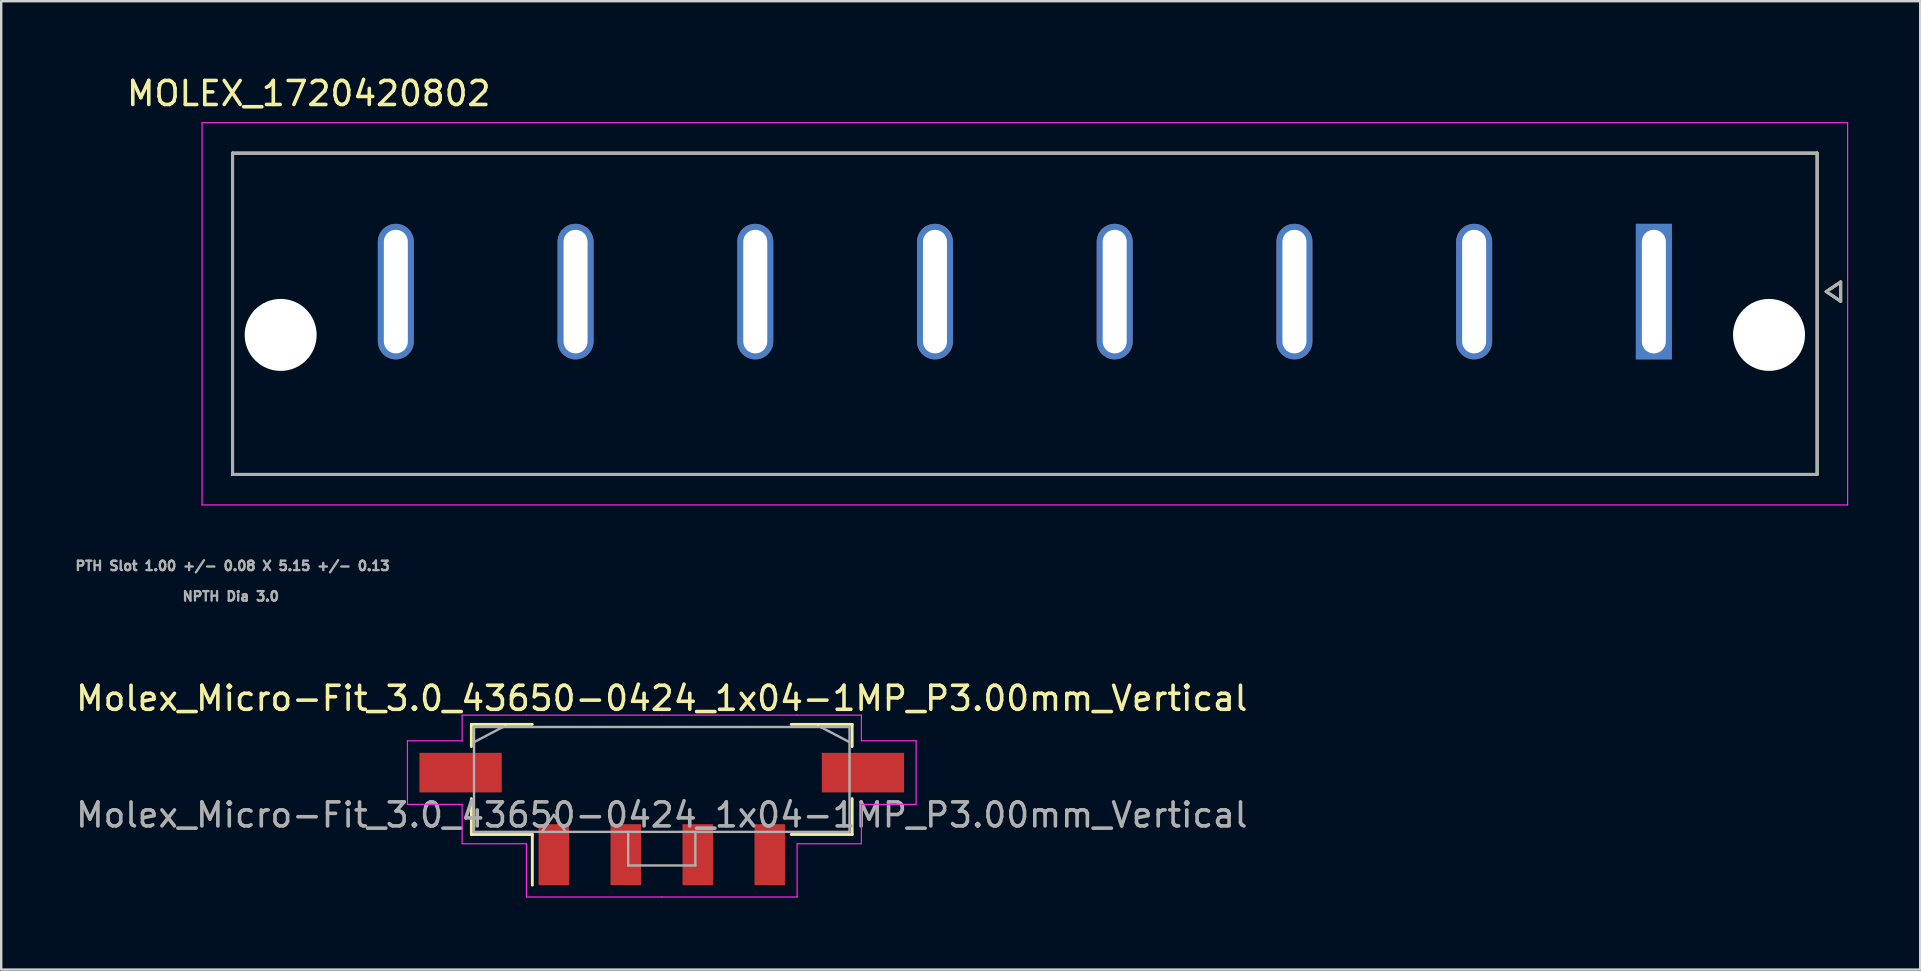
<source format=kicad_pcb>
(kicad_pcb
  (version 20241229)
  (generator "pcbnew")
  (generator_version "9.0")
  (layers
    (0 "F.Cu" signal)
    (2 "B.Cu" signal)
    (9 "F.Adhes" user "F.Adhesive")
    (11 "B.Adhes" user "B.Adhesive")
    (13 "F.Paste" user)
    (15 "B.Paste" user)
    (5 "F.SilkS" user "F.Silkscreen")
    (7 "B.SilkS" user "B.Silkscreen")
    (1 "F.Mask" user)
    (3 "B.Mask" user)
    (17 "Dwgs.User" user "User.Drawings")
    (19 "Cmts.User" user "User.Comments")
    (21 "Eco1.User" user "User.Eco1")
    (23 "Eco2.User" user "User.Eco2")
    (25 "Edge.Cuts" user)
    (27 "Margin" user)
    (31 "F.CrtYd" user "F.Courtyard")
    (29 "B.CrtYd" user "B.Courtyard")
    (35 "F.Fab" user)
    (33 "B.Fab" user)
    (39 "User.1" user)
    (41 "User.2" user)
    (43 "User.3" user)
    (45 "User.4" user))
  (footprint "MOLEX_1720420802"
    (layer "F.Cu")
    (at 65.877 9.103)
    (property "Reference" "MOLEX_1720420802" (at -56.06 -8.255 0) (layer "F.SilkS") (effects (font (size 1 1) (thickness 0.15))))
    (attr through_hole)
    (fp_circle (center -57.23 1.805) (end -56.442 1.805) (stroke (width 1.576) (type solid)) (fill no) (layer "F.Mask"))
    (fp_circle (center 4.8 1.805) (end 5.588 1.805) (stroke (width 1.576) (type solid)) (fill no) (layer "F.Mask"))
    (fp_circle (center -57.23 1.805) (end -56.442 1.805) (stroke (width 1.576) (type solid)) (fill no) (layer "B.Mask"))
    (fp_circle (center 4.8 1.805) (end 5.588 1.805) (stroke (width 1.576) (type solid)) (fill no) (layer "B.Mask"))
    (fp_line (start -59.235 -5.77) (end 6.805 -5.77) (stroke (width 0.127) (type solid)) (layer "F.SilkS"))
    (fp_line (start -59.235 7.62) (end -59.235 -5.77) (stroke (width 0.127) (type solid)) (layer "F.SilkS"))
    (fp_line (start 6.805 -5.77) (end 6.805 7.62) (stroke (width 0.127) (type solid)) (layer "F.SilkS"))
    (fp_line (start 6.805 7.62) (end -59.235 7.62) (stroke (width 0.127) (type solid)) (layer "F.SilkS"))
    (fp_line (start 7.185 0) (end 7.785 -0.4) (stroke (width 0.127) (type solid)) (layer "F.SilkS"))
    (fp_line (start 7.785 -0.4) (end 7.785 0.4) (stroke (width 0.127) (type solid)) (layer "F.SilkS"))
    (fp_line (start 7.785 0.4) (end 7.185 0) (stroke (width 0.127) (type solid)) (layer "F.SilkS"))
    (fp_line (start -60.505 -7.04) (end 8.075 -7.04) (stroke (width 0.05) (type solid)) (layer "F.CrtYd"))
    (fp_line (start -60.505 8.89) (end -60.505 -7.04) (stroke (width 0.05) (type solid)) (layer "F.CrtYd"))
    (fp_line (start 8.075 -7.04) (end 8.075 8.89) (stroke (width 0.05) (type solid)) (layer "F.CrtYd"))
    (fp_line (start 8.075 8.89) (end -60.505 8.89) (stroke (width 0.05) (type solid)) (layer "F.CrtYd"))
    (fp_line (start -59.235 -5.77) (end 6.805 -5.77) (stroke (width 0.127) (type solid)) (layer "F.Fab"))
    (fp_line (start -59.235 7.62) (end -59.235 -5.77) (stroke (width 0.127) (type solid)) (layer "F.Fab"))
    (fp_line (start 6.805 -5.77) (end 6.805 7.62) (stroke (width 0.127) (type solid)) (layer "F.Fab"))
    (fp_line (start 6.805 7.62) (end -59.235 7.62) (stroke (width 0.127) (type solid)) (layer "F.Fab"))
    (fp_line (start 7.185 0) (end 7.785 -0.4) (stroke (width 0.127) (type solid)) (layer "F.Fab"))
    (fp_line (start 7.785 -0.4) (end 7.785 0.4) (stroke (width 0.127) (type solid)) (layer "F.Fab"))
    (fp_line (start 7.785 0.4) (end 7.185 0) (stroke (width 0.127) (type solid)) (layer "F.Fab"))
    (fp_text user "PTH Slot 1.00 +/- 0.08 X 5.15 +/- 0.13" (at -59.235 11.43 0) (layer "F.Fab") (effects (font (size 0.394 0.394) (thickness 0.15))))
    (fp_text user "NPTH Dia 3.0" (at -59.309 12.7 0) (layer "F.Fab") (effects (font (size 0.394 0.394) (thickness 0.15))))
    (pad "" np_thru_hole circle (at -57.23 1.805) (size 3 3) (drill 3) (layers "*.Cu" "*.Mask"))
    (pad "" np_thru_hole circle (at 4.8 1.805) (size 3 3) (drill 3) (layers "*.Cu" "*.Mask"))
    (pad "1" thru_hole rect (at 0 0) (size 1.5 5.65) (drill oval 1 5.15) (layers "*.Cu" "*.Mask"))
    (pad "2" thru_hole oval (at -7.49 0) (size 1.5 5.65) (drill oval 1 5.15) (layers "*.Cu" "*.Mask"))
    (pad "3" thru_hole oval (at -14.98 0) (size 1.5 5.65) (drill oval 1 5.15) (layers "*.Cu" "*.Mask"))
    (pad "4" thru_hole oval (at -22.47 0) (size 1.5 5.65) (drill oval 1 5.15) (layers "*.Cu" "*.Mask"))
    (pad "5" thru_hole oval (at -29.96 0) (size 1.5 5.65) (drill oval 1 5.15) (layers "*.Cu" "*.Mask"))
    (pad "6" thru_hole oval (at -37.45 0) (size 1.5 5.65) (drill oval 1 5.15) (layers "*.Cu" "*.Mask"))
    (pad "7" thru_hole oval (at -44.94 0) (size 1.5 5.65) (drill oval 1 5.15) (layers "*.Cu" "*.Mask"))
    (pad "8" thru_hole oval (at -52.43 0) (size 1.5 5.65) (drill oval 1 5.15) (layers "*.Cu" "*.Mask")))
  (footprint "Molex_Micro-Fit_3.0_43650-0424_1x04-1MP_P3.00mm_Vertical"
    (layer "F.Cu")
    (at 24.53 29.435)
    (property "Reference" "Molex_Micro-Fit_3.0_43650-0424_1x04-1MP_P3.00mm_Vertical" (at 0 -3.38 0) (layer "F.SilkS") (effects (font (size 1 1) (thickness 0.15))))
    (attr smd)
    (fp_line (start -7.935 -2.295) (end -6.515 -2.295) (stroke (width 0.12) (type solid)) (layer "F.SilkS"))
    (fp_line (start -7.935 -1.37) (end -7.935 -2.295) (stroke (width 0.12) (type solid)) (layer "F.SilkS"))
    (fp_line (start -7.935 0.8) (end -7.935 2.295) (stroke (width 0.12) (type solid)) (layer "F.SilkS"))
    (fp_line (start -7.935 2.295) (end -5.395 2.295) (stroke (width 0.12) (type solid)) (layer "F.SilkS"))
    (fp_line (start -6.515 -2.295) (end -6.515 -2.295) (stroke (width 0.12) (type solid)) (layer "F.SilkS"))
    (fp_line (start -6.515 -2.295) (end -5.395 -2.295) (stroke (width 0.12) (type solid)) (layer "F.SilkS"))
    (fp_line (start -5.395 2.295) (end -5.395 4.405) (stroke (width 0.12) (type solid)) (layer "F.SilkS"))
    (fp_line (start 6.515 -2.295) (end 5.395 -2.295) (stroke (width 0.12) (type solid)) (layer "F.SilkS"))
    (fp_line (start 6.515 -2.295) (end 6.515 -2.295) (stroke (width 0.12) (type solid)) (layer "F.SilkS"))
    (fp_line (start 7.935 -2.295) (end 6.515 -2.295) (stroke (width 0.12) (type solid)) (layer "F.SilkS"))
    (fp_line (start 7.935 -1.37) (end 7.935 -2.295) (stroke (width 0.12) (type solid)) (layer "F.SilkS"))
    (fp_line (start 7.935 0.8) (end 7.935 2.295) (stroke (width 0.12) (type solid)) (layer "F.SilkS"))
    (fp_line (start 7.935 2.295) (end 5.395 2.295) (stroke (width 0.12) (type solid)) (layer "F.SilkS"))
    (fp_line (start -10.6 -1.61) (end -10.6 1.04) (stroke (width 0.05) (type solid)) (layer "F.CrtYd"))
    (fp_line (start -10.6 1.04) (end -8.32 1.04) (stroke (width 0.05) (type solid)) (layer "F.CrtYd"))
    (fp_line (start -8.32 -2.68) (end -8.32 -1.61) (stroke (width 0.05) (type solid)) (layer "F.CrtYd"))
    (fp_line (start -8.32 -1.61) (end -10.6 -1.61) (stroke (width 0.05) (type solid)) (layer "F.CrtYd"))
    (fp_line (start -8.32 1.04) (end -8.32 2.68) (stroke (width 0.05) (type solid)) (layer "F.CrtYd"))
    (fp_line (start -8.32 2.68) (end -5.64 2.68) (stroke (width 0.05) (type solid)) (layer "F.CrtYd"))
    (fp_line (start -5.64 -2.68) (end -8.32 -2.68) (stroke (width 0.05) (type solid)) (layer "F.CrtYd"))
    (fp_line (start -5.64 2.68) (end -5.64 4.9) (stroke (width 0.05) (type solid)) (layer "F.CrtYd"))
    (fp_line (start -5.64 4.9) (end 0 4.9) (stroke (width 0.05) (type solid)) (layer "F.CrtYd"))
    (fp_line (start 0 -2.68) (end -5.64 -2.68) (stroke (width 0.05) (type solid)) (layer "F.CrtYd"))
    (fp_line (start 0 -2.68) (end 5.64 -2.68) (stroke (width 0.05) (type solid)) (layer "F.CrtYd"))
    (fp_line (start 5.64 -2.68) (end 8.32 -2.68) (stroke (width 0.05) (type solid)) (layer "F.CrtYd"))
    (fp_line (start 5.64 2.68) (end 5.64 4.9) (stroke (width 0.05) (type solid)) (layer "F.CrtYd"))
    (fp_line (start 5.64 4.9) (end 0 4.9) (stroke (width 0.05) (type solid)) (layer "F.CrtYd"))
    (fp_line (start 8.32 -2.68) (end 8.32 -1.61) (stroke (width 0.05) (type solid)) (layer "F.CrtYd"))
    (fp_line (start 8.32 -1.61) (end 10.6 -1.61) (stroke (width 0.05) (type solid)) (layer "F.CrtYd"))
    (fp_line (start 8.32 1.04) (end 8.32 2.68) (stroke (width 0.05) (type solid)) (layer "F.CrtYd"))
    (fp_line (start 8.32 2.68) (end 5.64 2.68) (stroke (width 0.05) (type solid)) (layer "F.CrtYd"))
    (fp_line (start 10.6 -1.61) (end 10.6 1.04) (stroke (width 0.05) (type solid)) (layer "F.CrtYd"))
    (fp_line (start 10.6 1.04) (end 8.32 1.04) (stroke (width 0.05) (type solid)) (layer "F.CrtYd"))
    (fp_line (start -7.825 -2.185) (end -7.825 2.185) (stroke (width 0.1) (type solid)) (layer "F.Fab"))
    (fp_line (start -7.825 -1.555) (end -6.625 -2.185) (stroke (width 0.1) (type solid)) (layer "F.Fab"))
    (fp_line (start -7.825 2.185) (end 7.825 2.185) (stroke (width 0.1) (type solid)) (layer "F.Fab"))
    (fp_line (start -6.625 -2.185) (end -7.825 -2.185) (stroke (width 0.1) (type solid)) (layer "F.Fab"))
    (fp_line (start -6.625 -2.185) (end -6.625 -2.185) (stroke (width 0.1) (type solid)) (layer "F.Fab"))
    (fp_line (start -5 2.185) (end -4.5 1.478) (stroke (width 0.1) (type solid)) (layer "F.Fab"))
    (fp_line (start -4.5 1.478) (end -4 2.185) (stroke (width 0.1) (type solid)) (layer "F.Fab"))
    (fp_line (start -1.4 2.185) (end -1.4 3.585) (stroke (width 0.1) (type solid)) (layer "F.Fab"))
    (fp_line (start -1.4 3.585) (end 1.4 3.585) (stroke (width 0.1) (type solid)) (layer "F.Fab"))
    (fp_line (start 1.4 3.585) (end 1.4 2.185) (stroke (width 0.1) (type solid)) (layer "F.Fab"))
    (fp_line (start 6.625 -2.185) (end -6.625 -2.185) (stroke (width 0.1) (type solid)) (layer "F.Fab"))
    (fp_line (start 6.625 -2.185) (end 6.625 -2.185) (stroke (width 0.1) (type solid)) (layer "F.Fab"))
    (fp_line (start 7.825 -2.185) (end 6.625 -2.185) (stroke (width 0.1) (type solid)) (layer "F.Fab"))
    (fp_line (start 7.825 -1.555) (end 6.625 -2.185) (stroke (width 0.1) (type solid)) (layer "F.Fab"))
    (fp_line (start 7.825 2.185) (end 7.825 -2.185) (stroke (width 0.1) (type solid)) (layer "F.Fab"))
    (fp_text user "${REFERENCE}" (at 0 1.48 0) (layer "F.Fab") (effects (font (size 1 1) (thickness 0.15))))
    (pad "1" smd rect (at -4.5 3.135) (size 1.27 2.54) (layers "F.Cu" "F.Mask" "F.Paste"))
    (pad "2" smd rect (at -1.5 3.135) (size 1.27 2.54) (layers "F.Cu" "F.Mask" "F.Paste"))
    (pad "3" smd rect (at 1.5 3.135) (size 1.27 2.54) (layers "F.Cu" "F.Mask" "F.Paste"))
    (pad "4" smd rect (at 4.5 3.135) (size 1.27 2.54) (layers "F.Cu" "F.Mask" "F.Paste"))
    (pad "MP" smd rect (at -8.385 -0.285) (size 3.43 1.65) (layers "F.Cu" "F.Mask" "F.Paste"))
    (pad "MP" smd rect (at 8.385 -0.285) (size 3.43 1.65) (layers "F.Cu" "F.Mask" "F.Paste")))
  (gr_rect
    (start -3 -3)
    (end 76.977 37.36)
    (stroke (width 0.1) (type default))
    (fill no)
    (layer "Edge.Cuts")))
</source>
